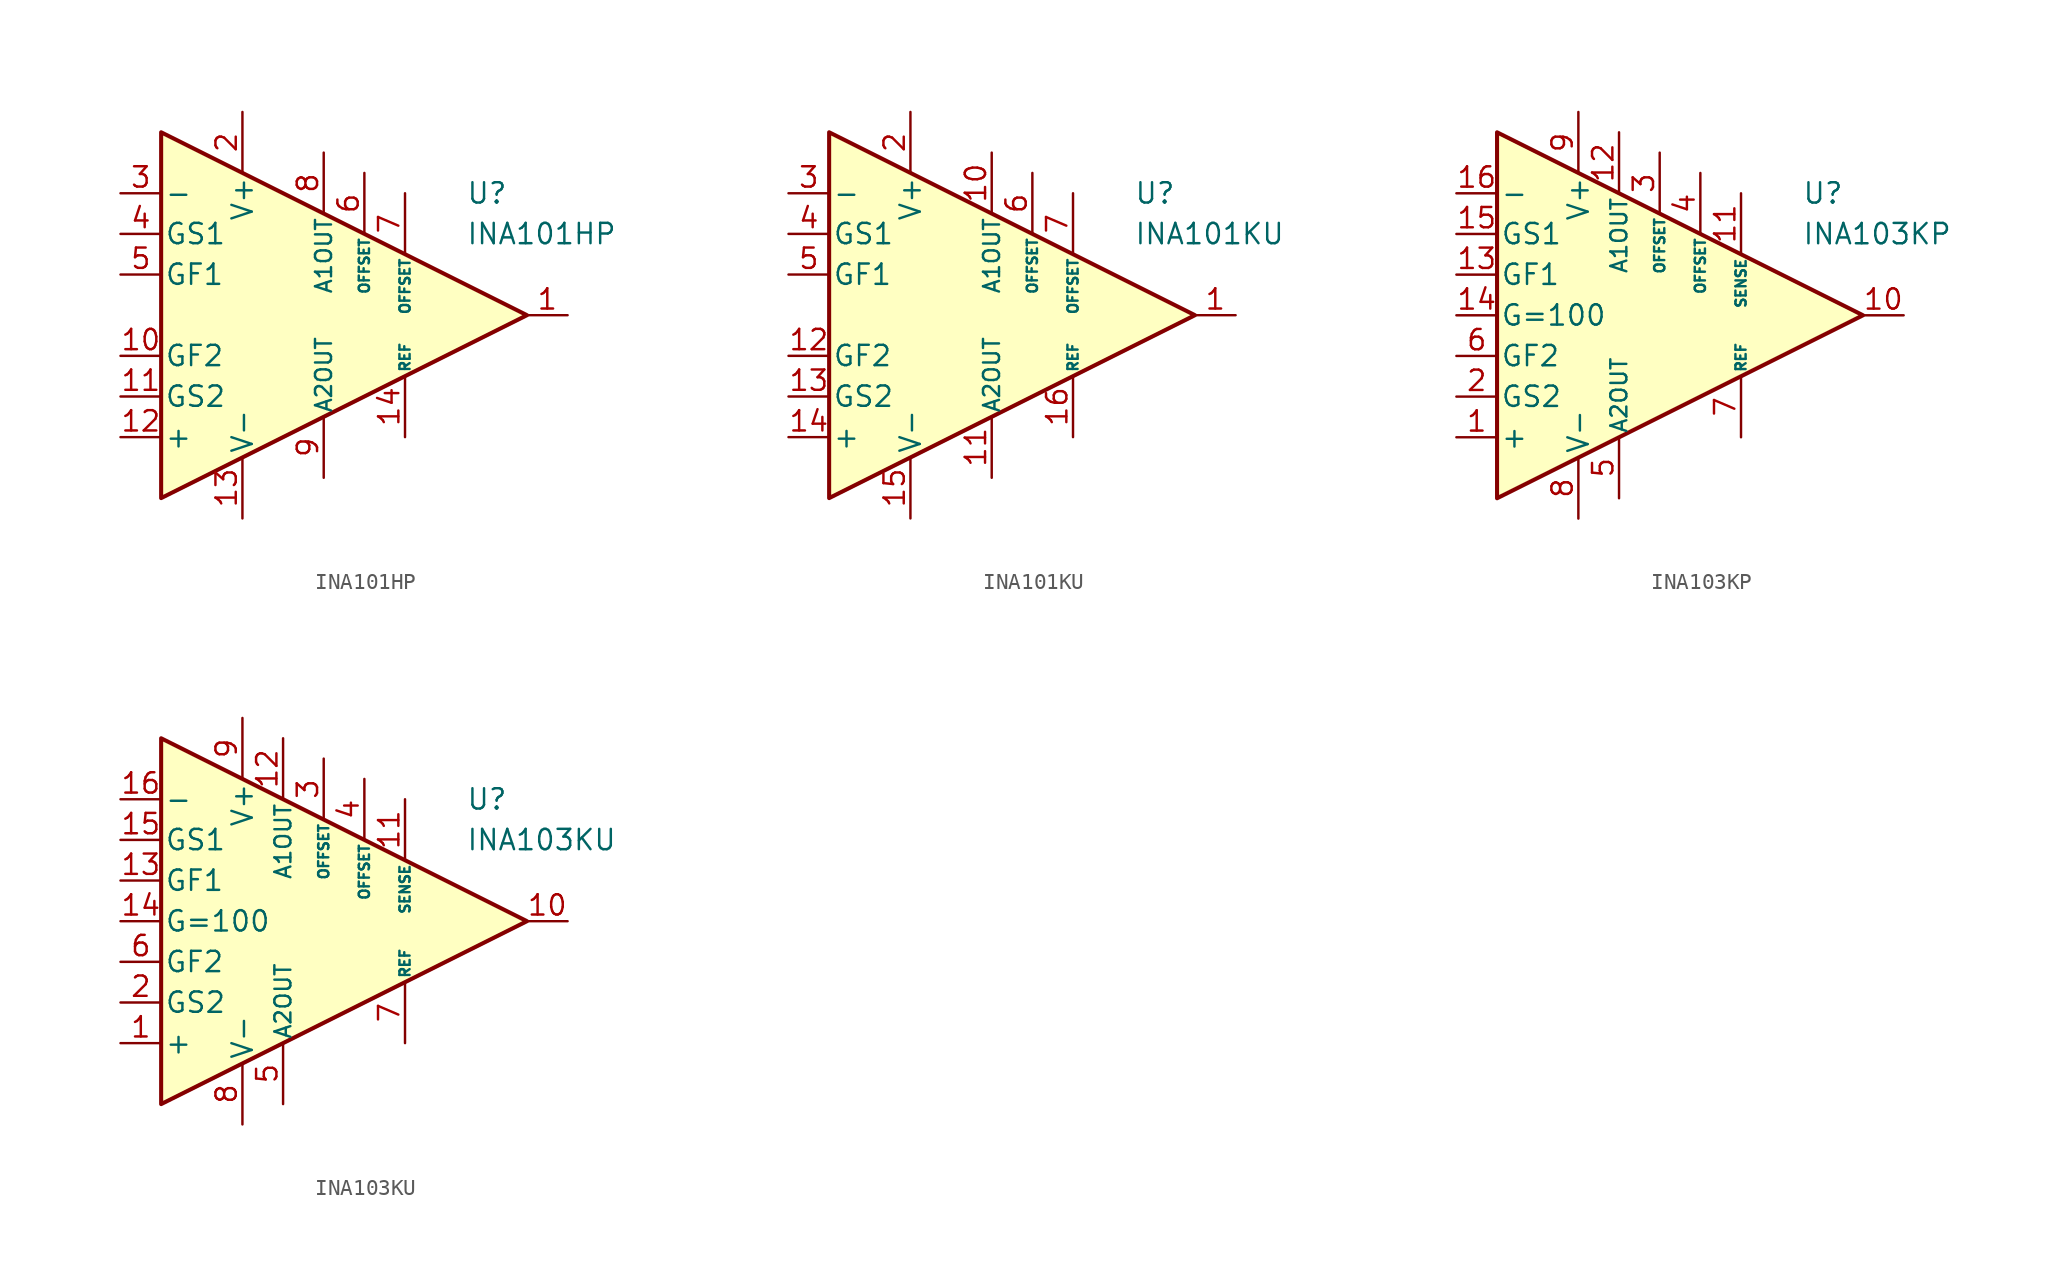
<source format=kicad_sym>
(kicad_symbol_lib
  (version 20231120)
  (generator "kicad_symbol_editor")
  (generator_version "8.0")
  (symbol "INA101HP"
    (pin_names
      (offset 0.2))
    (property "Reference" "U"
      (at 10.16 7.62 0)
      (effects (font (size 1.27 1.27)) (justify left)))
    (property "Value" "INA101HP"
      (at 10.16 5.08 0)
      (effects (font (size 1.27 1.27)) (justify left)))
    (symbol "INA101HP_0_1"
      (polyline (pts (xy -8.89 11.43) (xy -8.89 -11.43) (xy 13.97 0) (xy -8.89 11.43)) (stroke (width 0.254) (type default)) (fill (type background))))
    (symbol "INA101HP_1_1"
      (pin output line (at 16.51 0 180) (length 2.54) (name "~" (effects (font (size 1.27 1.27)))) (number "1" (effects (font (size 1.27 1.27)))))
      (pin passive line (at -11.43 -2.54 0) (length 2.54) (name "GF2" (effects (font (size 1.27 1.27)))) (number "10" (effects (font (size 1.27 1.27)))))
      (pin passive line (at -11.43 -5.08 0) (length 2.54) (name "GS2" (effects (font (size 1.27 1.27)))) (number "11" (effects (font (size 1.27 1.27)))))
      (pin input line (at -11.43 -7.62 0) (length 2.54) (name "+" (effects (font (size 1.27 1.27)))) (number "12" (effects (font (size 1.27 1.27)))))
      (pin power_in line (at -3.81 -12.7 90) (length 3.81) (name "V-" (effects (font (size 1.27 1.27)))) (number "13" (effects (font (size 1.27 1.27)))))
      (pin input line (at 6.35 -7.62 90) (length 3.81) (name "REF" (effects (font (size 0.635 0.635)))) (number "14" (effects (font (size 1.27 1.27)))))
      (pin power_in line (at -3.81 12.7 270) (length 3.81) (name "V+" (effects (font (size 1.27 1.27)))) (number "2" (effects (font (size 1.27 1.27)))))
      (pin input line (at -11.43 7.62 0) (length 2.54) (name "-" (effects (font (size 1.27 1.27)))) (number "3" (effects (font (size 1.27 1.27)))))
      (pin passive line (at -11.43 5.08 0) (length 2.54) (name "GS1" (effects (font (size 1.27 1.27)))) (number "4" (effects (font (size 1.27 1.27)))))
      (pin passive line (at -11.43 2.54 0) (length 2.54) (name "GF1" (effects (font (size 1.27 1.27)))) (number "5" (effects (font (size 1.27 1.27)))))
      (pin passive line (at 3.81 8.89 270) (length 3.81) (name "OFFSET" (effects (font (size 0.635 0.635)))) (number "6" (effects (font (size 1.27 1.27)))))
      (pin passive line (at 6.35 7.62 270) (length 3.81) (name "OFFSET" (effects (font (size 0.635 0.635)))) (number "7" (effects (font (size 1.27 1.27)))))
      (pin passive line (at 1.27 10.16 270) (length 3.81) (name "A1OUT" (effects (font (size 1 1)))) (number "8" (effects (font (size 1.27 1.27)))))
      (pin passive line (at 1.27 -10.16 90) (length 3.81) (name "A2OUT" (effects (font (size 1 1)))) (number "9" (effects (font (size 1.27 1.27)))))))
  (symbol "INA101KU"
    (pin_names
      (offset 0.2))
    (property "Reference" "U"
      (at 10.16 7.62 0)
      (effects (font (size 1.27 1.27)) (justify left)))
    (property "Value" "INA101KU"
      (at 10.16 5.08 0)
      (effects (font (size 1.27 1.27)) (justify left)))
    (symbol "INA101KU_0_1"
      (polyline (pts (xy -8.89 11.43) (xy -8.89 -11.43) (xy 13.97 0) (xy -8.89 11.43)) (stroke (width 0.254) (type default)) (fill (type background))))
    (symbol "INA101KU_1_1"
      (pin output line (at 16.51 0 180) (length 2.54) (name "~" (effects (font (size 1.27 1.27)))) (number "1" (effects (font (size 1.27 1.27)))))
      (pin passive line (at 1.27 10.16 270) (length 3.81) (name "A1OUT" (effects (font (size 1 1)))) (number "10" (effects (font (size 1.27 1.27)))))
      (pin passive line (at 1.27 -10.16 90) (length 3.81) (name "A2OUT" (effects (font (size 1 1)))) (number "11" (effects (font (size 1.27 1.27)))))
      (pin passive line (at -11.43 -2.54 0) (length 2.54) (name "GF2" (effects (font (size 1.27 1.27)))) (number "12" (effects (font (size 1.27 1.27)))))
      (pin passive line (at -11.43 -5.08 0) (length 2.54) (name "GS2" (effects (font (size 1.27 1.27)))) (number "13" (effects (font (size 1.27 1.27)))))
      (pin input line (at -11.43 -7.62 0) (length 2.54) (name "+" (effects (font (size 1.27 1.27)))) (number "14" (effects (font (size 1.27 1.27)))))
      (pin power_in line (at -3.81 -12.7 90) (length 3.81) (name "V-" (effects (font (size 1.27 1.27)))) (number "15" (effects (font (size 1.27 1.27)))))
      (pin input line (at 6.35 -7.62 90) (length 3.81) (name "REF" (effects (font (size 0.635 0.635)))) (number "16" (effects (font (size 1.27 1.27)))))
      (pin power_in line (at -3.81 12.7 270) (length 3.81) (name "V+" (effects (font (size 1.27 1.27)))) (number "2" (effects (font (size 1.27 1.27)))))
      (pin input line (at -11.43 7.62 0) (length 2.54) (name "-" (effects (font (size 1.27 1.27)))) (number "3" (effects (font (size 1.27 1.27)))))
      (pin passive line (at -11.43 5.08 0) (length 2.54) (name "GS1" (effects (font (size 1.27 1.27)))) (number "4" (effects (font (size 1.27 1.27)))))
      (pin passive line (at -11.43 2.54 0) (length 2.54) (name "GF1" (effects (font (size 1.27 1.27)))) (number "5" (effects (font (size 1.27 1.27)))))
      (pin passive line (at 3.81 8.89 270) (length 3.81) (name "OFFSET" (effects (font (size 0.635 0.635)))) (number "6" (effects (font (size 1.27 1.27)))))
      (pin passive line (at 6.35 7.62 270) (length 3.81) (name "OFFSET" (effects (font (size 0.635 0.635)))) (number "7" (effects (font (size 1.27 1.27)))))))
  (symbol "INA103KP"
    (pin_names
      (offset 0.2))
    (property "Reference" "U"
      (at 10.16 7.62 0)
      (effects (font (size 1.27 1.27)) (justify left)))
    (property "Value" "INA103KP"
      (at 10.16 5.08 0)
      (effects (font (size 1.27 1.27)) (justify left)))
    (symbol "INA103KP_0_1"
      (polyline (pts (xy -8.89 11.43) (xy -8.89 -11.43) (xy 13.97 0) (xy -8.89 11.43)) (stroke (width 0.254) (type default)) (fill (type background))))
    (symbol "INA103KP_1_1"
      (pin input line (at -11.43 -7.62 0) (length 2.54) (name "+" (effects (font (size 1.27 1.27)))) (number "1" (effects (font (size 1.27 1.27)))))
      (pin output line (at 16.51 0 180) (length 2.54) (name "~" (effects (font (size 1.27 1.27)))) (number "10" (effects (font (size 1.27 1.27)))))
      (pin input line (at 6.35 7.62 270) (length 3.81) (name "SENSE" (effects (font (size 0.635 0.635)))) (number "11" (effects (font (size 1.27 1.27)))))
      (pin passive line (at -1.27 11.43 270) (length 3.81) (name "A1OUT" (effects (font (size 1 1)))) (number "12" (effects (font (size 1.27 1.27)))))
      (pin passive line (at -11.43 2.54 0) (length 2.54) (name "GF1" (effects (font (size 1.27 1.27)))) (number "13" (effects (font (size 1.27 1.27)))))
      (pin passive line (at -11.43 0 0) (length 2.54) (name "G=100" (effects (font (size 1.27 1.27)))) (number "14" (effects (font (size 1.27 1.27)))))
      (pin passive line (at -11.43 5.08 0) (length 2.54) (name "GS1" (effects (font (size 1.27 1.27)))) (number "15" (effects (font (size 1.27 1.27)))))
      (pin input line (at -11.43 7.62 0) (length 2.54) (name "-" (effects (font (size 1.27 1.27)))) (number "16" (effects (font (size 1.27 1.27)))))
      (pin passive line (at -11.43 -5.08 0) (length 2.54) (name "GS2" (effects (font (size 1.27 1.27)))) (number "2" (effects (font (size 1.27 1.27)))))
      (pin passive line (at 1.27 10.16 270) (length 3.81) (name "OFFSET" (effects (font (size 0.635 0.635)))) (number "3" (effects (font (size 1.27 1.27)))))
      (pin passive line (at 3.81 8.89 270) (length 3.81) (name "OFFSET" (effects (font (size 0.635 0.635)))) (number "4" (effects (font (size 1.27 1.27)))))
      (pin passive line (at -1.27 -11.43 90) (length 3.81) (name "A2OUT" (effects (font (size 1 1)))) (number "5" (effects (font (size 1.27 1.27)))))
      (pin passive line (at -11.43 -2.54 0) (length 2.54) (name "GF2" (effects (font (size 1.27 1.27)))) (number "6" (effects (font (size 1.27 1.27)))))
      (pin input line (at 6.35 -7.62 90) (length 3.81) (name "REF" (effects (font (size 0.635 0.635)))) (number "7" (effects (font (size 1.27 1.27)))))
      (pin power_in line (at -3.81 -12.7 90) (length 3.81) (name "V-" (effects (font (size 1.27 1.27)))) (number "8" (effects (font (size 1.27 1.27)))))
      (pin power_in line (at -3.81 12.7 270) (length 3.81) (name "V+" (effects (font (size 1.27 1.27)))) (number "9" (effects (font (size 1.27 1.27)))))))
  (symbol "INA103KU"
    (pin_names
      (offset 0.2))
    (property "Reference" "U"
      (at 10.16 7.62 0)
      (effects (font (size 1.27 1.27)) (justify left)))
    (property "Value" "INA103KU"
      (at 10.16 5.08 0)
      (effects (font (size 1.27 1.27)) (justify left)))
    (symbol "INA103KU_0_1"
      (polyline (pts (xy -8.89 11.43) (xy -8.89 -11.43) (xy 13.97 0) (xy -8.89 11.43)) (stroke (width 0.254) (type default)) (fill (type background))))
    (symbol "INA103KU_1_1"
      (pin input line (at -11.43 -7.62 0) (length 2.54) (name "+" (effects (font (size 1.27 1.27)))) (number "1" (effects (font (size 1.27 1.27)))))
      (pin output line (at 16.51 0 180) (length 2.54) (name "~" (effects (font (size 1.27 1.27)))) (number "10" (effects (font (size 1.27 1.27)))))
      (pin input line (at 6.35 7.62 270) (length 3.81) (name "SENSE" (effects (font (size 0.635 0.635)))) (number "11" (effects (font (size 1.27 1.27)))))
      (pin passive line (at -1.27 11.43 270) (length 3.81) (name "A1OUT" (effects (font (size 1 1)))) (number "12" (effects (font (size 1.27 1.27)))))
      (pin passive line (at -11.43 2.54 0) (length 2.54) (name "GF1" (effects (font (size 1.27 1.27)))) (number "13" (effects (font (size 1.27 1.27)))))
      (pin passive line (at -11.43 0 0) (length 2.54) (name "G=100" (effects (font (size 1.27 1.27)))) (number "14" (effects (font (size 1.27 1.27)))))
      (pin passive line (at -11.43 5.08 0) (length 2.54) (name "GS1" (effects (font (size 1.27 1.27)))) (number "15" (effects (font (size 1.27 1.27)))))
      (pin input line (at -11.43 7.62 0) (length 2.54) (name "-" (effects (font (size 1.27 1.27)))) (number "16" (effects (font (size 1.27 1.27)))))
      (pin passive line (at -11.43 -5.08 0) (length 2.54) (name "GS2" (effects (font (size 1.27 1.27)))) (number "2" (effects (font (size 1.27 1.27)))))
      (pin passive line (at 1.27 10.16 270) (length 3.81) (name "OFFSET" (effects (font (size 0.635 0.635)))) (number "3" (effects (font (size 1.27 1.27)))))
      (pin passive line (at 3.81 8.89 270) (length 3.81) (name "OFFSET" (effects (font (size 0.635 0.635)))) (number "4" (effects (font (size 1.27 1.27)))))
      (pin passive line (at -1.27 -11.43 90) (length 3.81) (name "A2OUT" (effects (font (size 1 1)))) (number "5" (effects (font (size 1.27 1.27)))))
      (pin passive line (at -11.43 -2.54 0) (length 2.54) (name "GF2" (effects (font (size 1.27 1.27)))) (number "6" (effects (font (size 1.27 1.27)))))
      (pin input line (at 6.35 -7.62 90) (length 3.81) (name "REF" (effects (font (size 0.635 0.635)))) (number "7" (effects (font (size 1.27 1.27)))))
      (pin power_in line (at -3.81 -12.7 90) (length 3.81) (name "V-" (effects (font (size 1.27 1.27)))) (number "8" (effects (font (size 1.27 1.27)))))
      (pin power_in line (at -3.81 12.7 270) (length 3.81) (name "V+" (effects (font (size 1.27 1.27)))) (number "9" (effects (font (size 1.27 1.27))))))))
</source>
